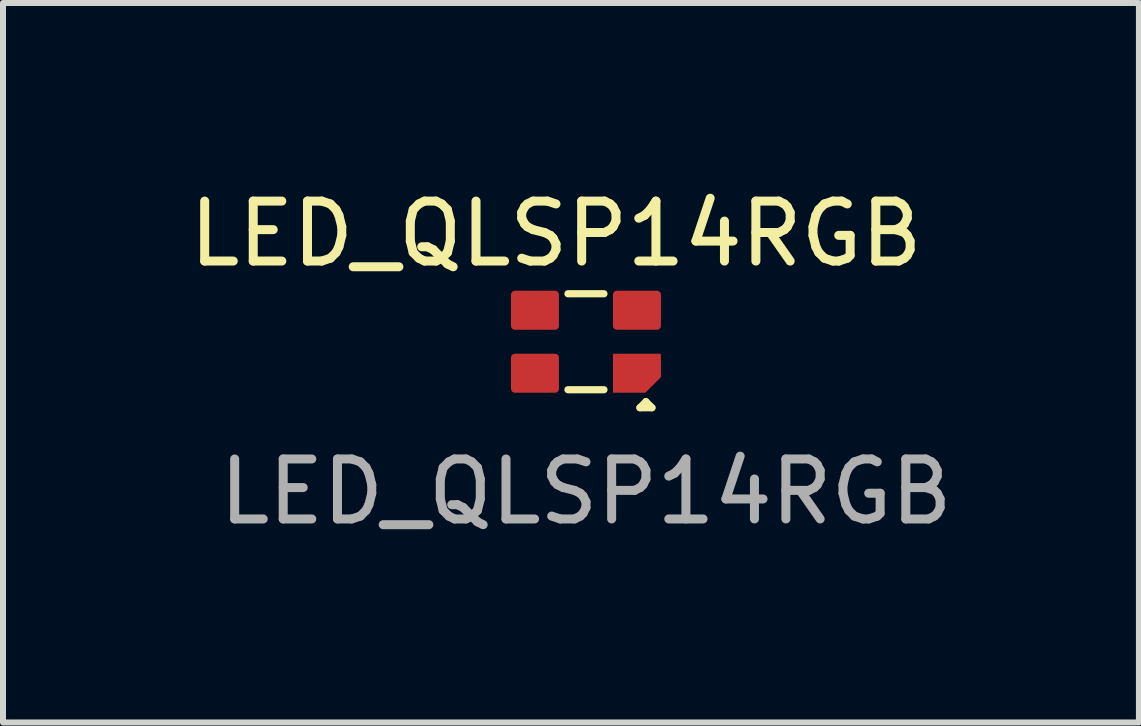
<source format=kicad_pcb>
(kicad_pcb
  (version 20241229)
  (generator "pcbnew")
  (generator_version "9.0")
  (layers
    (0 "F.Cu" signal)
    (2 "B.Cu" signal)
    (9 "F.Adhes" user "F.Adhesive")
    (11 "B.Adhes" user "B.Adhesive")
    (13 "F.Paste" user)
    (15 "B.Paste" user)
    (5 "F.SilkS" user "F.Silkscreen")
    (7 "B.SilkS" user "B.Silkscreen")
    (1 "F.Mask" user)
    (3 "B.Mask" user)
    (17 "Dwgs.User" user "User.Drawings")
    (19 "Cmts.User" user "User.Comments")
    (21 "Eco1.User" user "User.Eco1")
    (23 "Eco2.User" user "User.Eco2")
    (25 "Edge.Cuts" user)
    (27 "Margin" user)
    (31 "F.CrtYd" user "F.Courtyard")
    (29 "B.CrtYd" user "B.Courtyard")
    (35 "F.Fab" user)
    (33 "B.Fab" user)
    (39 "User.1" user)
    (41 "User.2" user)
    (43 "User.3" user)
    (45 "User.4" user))
  (footprint "LED_QLSP14RGB"
    (layer "F.Cu")
    (at 6.72 2.648)
    (property "Reference" "LED_QLSP14RGB" (at -0.5 -1.8 0) (unlocked yes) (layer "F.SilkS") (effects (font (size 1 1) (thickness 0.15))))
    (attr smd)
    (fp_line (start -0.3 -0.8) (end 0.3 -0.8) (stroke (width 0.12) (type default)) (layer "F.SilkS"))
    (fp_line (start -0.3 0.8) (end 0.3 0.8) (stroke (width 0.12) (type default)) (layer "F.SilkS"))
    (fp_line (start 0.9 1.1) (end 1.1 1.1) (stroke (width 0.12) (type default)) (layer "F.SilkS"))
    (fp_line (start 1 1) (end 0.9 1.1) (stroke (width 0.12) (type default)) (layer "F.SilkS"))
    (fp_line (start 1.1 1.1) (end 1 1) (stroke (width 0.12) (type default)) (layer "F.SilkS"))
    (fp_text user "${REFERENCE}" (at 0 2.5 0) (unlocked yes) (layer "F.Fab") (effects (font (size 1 1) (thickness 0.15))))
    (pad "1" smd roundrect (at 0.85 0.525) (size 0.8 0.65) (layers "F.Cu" "F.Mask" "F.Paste") (roundrect_rratio 0) (chamfer_ratio 0.4) (chamfer bottom_right))
    (pad "2" smd roundrect (at -0.85 0.525) (size 0.8 0.65) (layers "F.Cu" "F.Mask" "F.Paste") (roundrect_rratio 0.1))
    (pad "3" smd roundrect (at -0.85 -0.525) (size 0.8 0.65) (layers "F.Cu" "F.Mask" "F.Paste") (roundrect_rratio 0.1))
    (pad "4" smd roundrect (at 0.85 -0.525) (size 0.8 0.65) (layers "F.Cu" "F.Mask" "F.Paste") (roundrect_rratio 0.1)))
  (gr_rect
    (start -3 -3)
    (end 15.94 8.996)
    (stroke (width 0.1) (type default))
    (fill no)
    (layer "Edge.Cuts")))
</source>
